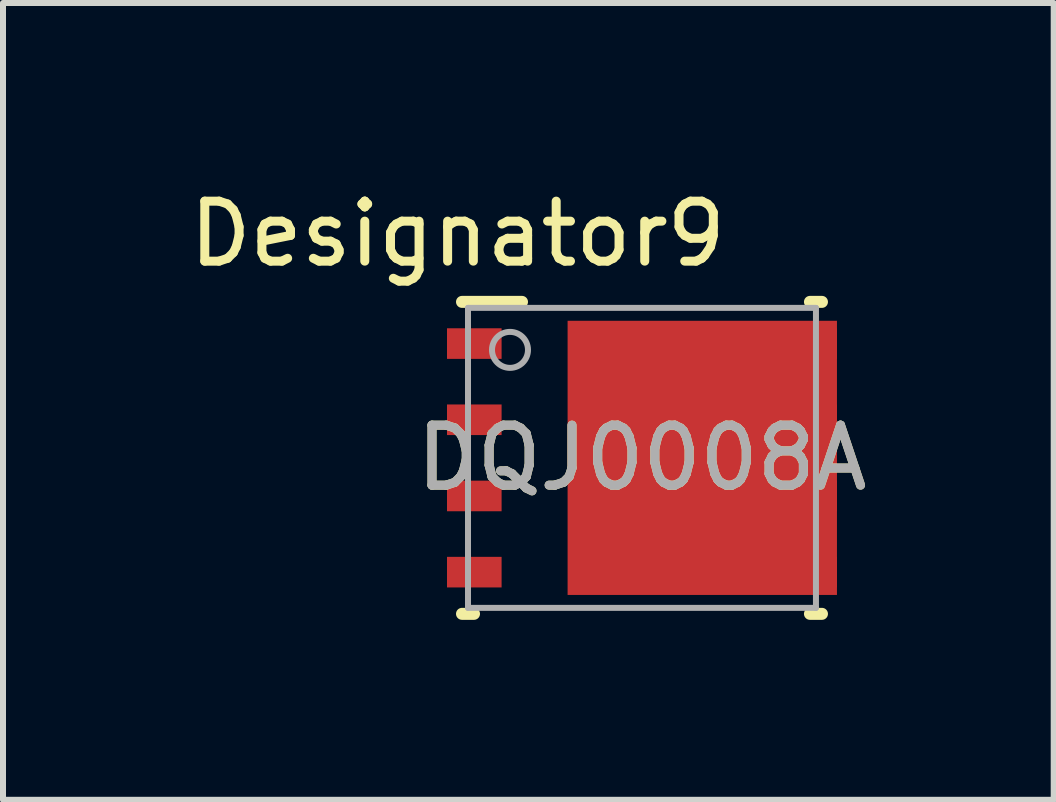
<source format=kicad_pcb>
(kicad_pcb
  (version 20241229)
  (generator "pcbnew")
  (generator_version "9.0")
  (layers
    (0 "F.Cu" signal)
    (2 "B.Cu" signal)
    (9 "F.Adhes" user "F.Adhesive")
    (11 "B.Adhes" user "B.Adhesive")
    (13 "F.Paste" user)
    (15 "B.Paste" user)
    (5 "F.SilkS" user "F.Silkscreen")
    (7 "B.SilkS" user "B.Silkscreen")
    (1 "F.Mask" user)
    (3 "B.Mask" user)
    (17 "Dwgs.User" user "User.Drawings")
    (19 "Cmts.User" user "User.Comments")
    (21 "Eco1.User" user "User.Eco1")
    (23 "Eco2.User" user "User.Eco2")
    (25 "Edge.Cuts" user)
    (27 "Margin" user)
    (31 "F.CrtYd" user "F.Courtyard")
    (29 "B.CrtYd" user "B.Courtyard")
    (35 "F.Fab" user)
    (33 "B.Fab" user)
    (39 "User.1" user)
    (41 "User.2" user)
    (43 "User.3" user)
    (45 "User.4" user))
  (footprint "DQJ0008A"
    (layer "F.Cu")
    (at 7.651 4.582)
    (property "Reference" "DQJ0008A" (at 0 0 0) (unlocked yes) (layer "F.SilkS") (effects (font (size 1 1) (thickness 0.15))))
    (attr smd)
    (fp_poly (pts (xy 2.25 -1.7) (xy 2.475 -1.7) (xy 2.475 -2.11) (xy 2.25 -2.11)) (stroke (width 0) (type solid)) (fill yes) (layer "F.Mask"))
    (fp_poly (pts (xy 2.25 -0.43) (xy 2.475 -0.43) (xy 2.475 -0.84) (xy 2.25 -0.84)) (stroke (width 0) (type solid)) (fill yes) (layer "F.Mask"))
    (fp_poly (pts (xy 2.25 0.84) (xy 2.475 0.84) (xy 2.475 0.43) (xy 2.25 0.43)) (stroke (width 0) (type solid)) (fill yes) (layer "F.Mask"))
    (fp_poly (pts (xy 2.25 2.11) (xy 2.475 2.11) (xy 2.475 1.7) (xy 2.25 1.7)) (stroke (width 0) (type solid)) (fill yes) (layer "F.Mask"))
    (fp_poly (pts (xy -1.19 2.183) (xy -1.19 -2.183) (xy -1.189 -2.193) (xy -1.186 -2.203) (xy -1.181 -2.212) (xy -1.175 -2.22) (xy -1.167 -2.226) (xy -1.158 -2.231) (xy -1.148 -2.234) (xy -1.138 -2.235) (xy 2.238 -2.235) (xy 2.248 -2.234) (xy 2.258 -2.231) (xy 2.267 -2.226) (xy 2.275 -2.22) (xy 2.281 -2.212) (xy 2.286 -2.203) (xy 2.289 -2.193) (xy 2.29 -2.183) (xy 2.29 2.183) (xy 2.289 2.193) (xy 2.286 2.203) (xy 2.281 2.212) (xy 2.275 2.22) (xy 2.267 2.226) (xy 2.258 2.231) (xy 2.248 2.234) (xy 2.238 2.235) (xy -1.138 2.235) (xy -1.148 2.234) (xy -1.158 2.231) (xy -1.167 2.226) (xy -1.175 2.22) (xy -1.181 2.212) (xy -1.186 2.203) (xy -1.189 2.193)) (stroke (width 0) (type solid)) (fill yes) (layer "F.Mask"))
    (fp_line (start -3 -2.6) (end -2 -2.6) (stroke (width 0.2) (type solid)) (layer "F.SilkS"))
    (fp_line (start -3 2.6) (end -2.8 2.6) (stroke (width 0.2) (type solid)) (layer "F.SilkS"))
    (fp_line (start 2.8 -2.6) (end 3 -2.6) (stroke (width 0.2) (type solid)) (layer "F.SilkS"))
    (fp_line (start 2.8 2.6) (end 3 2.6) (stroke (width 0.2) (type solid)) (layer "F.SilkS"))
    (fp_poly (pts (xy -1.17 -0.875) (xy -1.17 -2.025) (xy -1.169 -2.035) (xy -1.166 -2.044) (xy -1.162 -2.053) (xy -1.155 -2.06) (xy -1.148 -2.067) (xy -1.139 -2.071) (xy -1.13 -2.074) (xy -1.12 -2.075) (xy 0.36 -2.075) (xy 0.37 -2.074) (xy 0.379 -2.071) (xy 0.388 -2.067) (xy 0.395 -2.06) (xy 0.402 -2.053) (xy 0.406 -2.044) (xy 0.409 -2.035) (xy 0.41 -2.025) (xy 0.41 -0.875) (xy 0.409 -0.865) (xy 0.406 -0.856) (xy 0.402 -0.847) (xy 0.395 -0.84) (xy 0.388 -0.833) (xy 0.379 -0.829) (xy 0.37 -0.826) (xy 0.36 -0.825) (xy -1.12 -0.825) (xy -1.13 -0.826) (xy -1.139 -0.829) (xy -1.148 -0.833) (xy -1.155 -0.84) (xy -1.162 -0.847) (xy -1.166 -0.856) (xy -1.169 -0.865)) (stroke (width 0) (type solid)) (fill yes) (layer "F.Paste"))
    (fp_poly (pts (xy -1.17 0.575) (xy -1.17 -0.575) (xy -1.169 -0.585) (xy -1.166 -0.594) (xy -1.162 -0.603) (xy -1.155 -0.61) (xy -1.148 -0.617) (xy -1.139 -0.621) (xy -1.13 -0.624) (xy -1.12 -0.625) (xy 0.36 -0.625) (xy 0.37 -0.624) (xy 0.379 -0.621) (xy 0.388 -0.617) (xy 0.395 -0.61) (xy 0.402 -0.603) (xy 0.406 -0.594) (xy 0.409 -0.585) (xy 0.41 -0.575) (xy 0.41 0.575) (xy 0.409 0.585) (xy 0.406 0.594) (xy 0.402 0.603) (xy 0.395 0.61) (xy 0.388 0.617) (xy 0.379 0.621) (xy 0.37 0.624) (xy 0.36 0.625) (xy -1.12 0.625) (xy -1.13 0.624) (xy -1.139 0.621) (xy -1.148 0.617) (xy -1.155 0.61) (xy -1.162 0.603) (xy -1.166 0.594) (xy -1.169 0.585)) (stroke (width 0) (type solid)) (fill yes) (layer "F.Paste"))
    (fp_poly (pts (xy -1.17 2.025) (xy -1.17 0.875) (xy -1.169 0.865) (xy -1.166 0.856) (xy -1.162 0.847) (xy -1.155 0.84) (xy -1.148 0.833) (xy -1.139 0.829) (xy -1.13 0.826) (xy -1.12 0.825) (xy 0.36 0.825) (xy 0.37 0.826) (xy 0.379 0.829) (xy 0.388 0.833) (xy 0.395 0.84) (xy 0.402 0.847) (xy 0.406 0.856) (xy 0.409 0.865) (xy 0.41 0.875) (xy 0.41 2.025) (xy 0.409 2.035) (xy 0.406 2.044) (xy 0.402 2.053) (xy 0.395 2.06) (xy 0.388 2.067) (xy 0.379 2.071) (xy 0.37 2.074) (xy 0.36 2.075) (xy -1.12 2.075) (xy -1.13 2.074) (xy -1.139 2.071) (xy -1.148 2.067) (xy -1.155 2.06) (xy -1.162 2.053) (xy -1.166 2.044) (xy -1.169 2.035)) (stroke (width 0) (type solid)) (fill yes) (layer "F.Paste"))
    (fp_poly (pts (xy 2.19 -2.025) (xy 2.19 -0.875) (xy 2.189 -0.865) (xy 2.186 -0.856) (xy 2.182 -0.847) (xy 2.175 -0.84) (xy 2.168 -0.833) (xy 2.159 -0.829) (xy 2.15 -0.826) (xy 2.14 -0.825) (xy 0.66 -0.825) (xy 0.65 -0.826) (xy 0.641 -0.829) (xy 0.632 -0.833) (xy 0.625 -0.84) (xy 0.618 -0.847) (xy 0.614 -0.856) (xy 0.611 -0.865) (xy 0.61 -0.875) (xy 0.61 -2.025) (xy 0.611 -2.035) (xy 0.614 -2.044) (xy 0.618 -2.053) (xy 0.625 -2.06) (xy 0.632 -2.067) (xy 0.641 -2.071) (xy 0.65 -2.074) (xy 0.66 -2.075) (xy 2.14 -2.075) (xy 2.15 -2.074) (xy 2.159 -2.071) (xy 2.168 -2.067) (xy 2.175 -2.06) (xy 2.182 -2.053) (xy 2.186 -2.044) (xy 2.189 -2.035)) (stroke (width 0) (type solid)) (fill yes) (layer "F.Paste"))
    (fp_poly (pts (xy 2.19 -0.575) (xy 2.19 0.575) (xy 2.189 0.585) (xy 2.186 0.594) (xy 2.182 0.603) (xy 2.175 0.61) (xy 2.168 0.617) (xy 2.159 0.621) (xy 2.15 0.624) (xy 2.14 0.625) (xy 0.66 0.625) (xy 0.65 0.624) (xy 0.641 0.621) (xy 0.632 0.617) (xy 0.625 0.61) (xy 0.618 0.603) (xy 0.614 0.594) (xy 0.611 0.585) (xy 0.61 0.575) (xy 0.61 -0.575) (xy 0.611 -0.585) (xy 0.614 -0.594) (xy 0.618 -0.603) (xy 0.625 -0.61) (xy 0.632 -0.617) (xy 0.641 -0.621) (xy 0.65 -0.624) (xy 0.66 -0.625) (xy 2.14 -0.625) (xy 2.15 -0.624) (xy 2.159 -0.621) (xy 2.168 -0.617) (xy 2.175 -0.61) (xy 2.182 -0.603) (xy 2.186 -0.594) (xy 2.189 -0.585)) (stroke (width 0) (type solid)) (fill yes) (layer "F.Paste"))
    (fp_poly (pts (xy 2.19 0.875) (xy 2.19 2.025) (xy 2.189 2.035) (xy 2.186 2.044) (xy 2.182 2.053) (xy 2.175 2.06) (xy 2.168 2.067) (xy 2.159 2.071) (xy 2.15 2.074) (xy 2.14 2.075) (xy 0.66 2.075) (xy 0.65 2.074) (xy 0.641 2.071) (xy 0.632 2.067) (xy 0.625 2.06) (xy 0.618 2.053) (xy 0.614 2.044) (xy 0.611 2.035) (xy 0.61 2.025) (xy 0.61 0.875) (xy 0.611 0.865) (xy 0.614 0.856) (xy 0.618 0.847) (xy 0.625 0.84) (xy 0.632 0.833) (xy 0.641 0.829) (xy 0.65 0.826) (xy 0.66 0.825) (xy 2.14 0.825) (xy 2.15 0.826) (xy 2.159 0.829) (xy 2.168 0.833) (xy 2.175 0.84) (xy 2.182 0.847) (xy 2.186 0.856) (xy 2.189 0.865)) (stroke (width 0) (type solid)) (fill yes) (layer "F.Paste"))
    (fp_line (start -2.9 -2.5) (end 2.9 -2.5) (stroke (width 0.1) (type solid)) (layer "F.Fab"))
    (fp_line (start -2.9 2.5) (end -2.9 -2.5) (stroke (width 0.1) (type solid)) (layer "F.Fab"))
    (fp_line (start -2.9 2.5) (end 2.9 2.5) (stroke (width 0.1) (type solid)) (layer "F.Fab"))
    (fp_line (start 2.9 2.5) (end 2.9 -2.5) (stroke (width 0.1) (type solid)) (layer "F.Fab"))
    (fp_circle (center -2.2 -1.8) (end -1.9 -1.8) (stroke (width 0.1) (type solid)) (fill no) (layer "F.Fab"))
    (fp_text user "Designator9" (at -3.073 -3.734 0) (unlocked yes) (layer "F.SilkS") (effects (font (size 1 1) (thickness 0.15))))
    (fp_text user "${REFERENCE}" (at 0 0 0) (unlocked yes) (layer "F.Fab") (effects (font (size 1 1) (thickness 0.15))))
    (pad "1" smd rect (at -2.795 -1.905) (size 0.91 0.51) (layers "F.Cu" "F.Mask" "F.Paste"))
    (pad "2" smd rect (at -2.795 -0.635) (size 0.91 0.51) (layers "F.Cu" "F.Mask" "F.Paste"))
    (pad "3" smd rect (at -2.795 0.635) (size 0.91 0.51) (layers "F.Cu" "F.Mask" "F.Paste"))
    (pad "4" smd rect (at -2.795 1.905) (size 0.91 0.51) (layers "F.Cu" "F.Mask" "F.Paste"))
    (pad "5" smd rect (at 2.795 1.905) (size 0.91 0.51) (layers "F.Cu" "F.Mask" "F.Paste"))
    (pad "6" smd rect (at 2.795 0.635) (size 0.91 0.51) (layers "F.Cu" "F.Mask" "F.Paste"))
    (pad "7" smd rect (at 2.795 -0.635) (size 0.91 0.51) (layers "F.Cu" "F.Mask" "F.Paste"))
    (pad "8" smd rect (at 2.795 -1.905) (size 0.91 0.51) (layers "F.Cu" "F.Mask" "F.Paste"))
    (pad "9" smd rect (at 1.005 0) (size 4.49 4.57) (layers "F.Cu")))
  (gr_rect
    (start -3 -3)
    (end 14.514 10.282)
    (stroke (width 0.1) (type default))
    (fill no)
    (layer "Edge.Cuts")))
</source>
